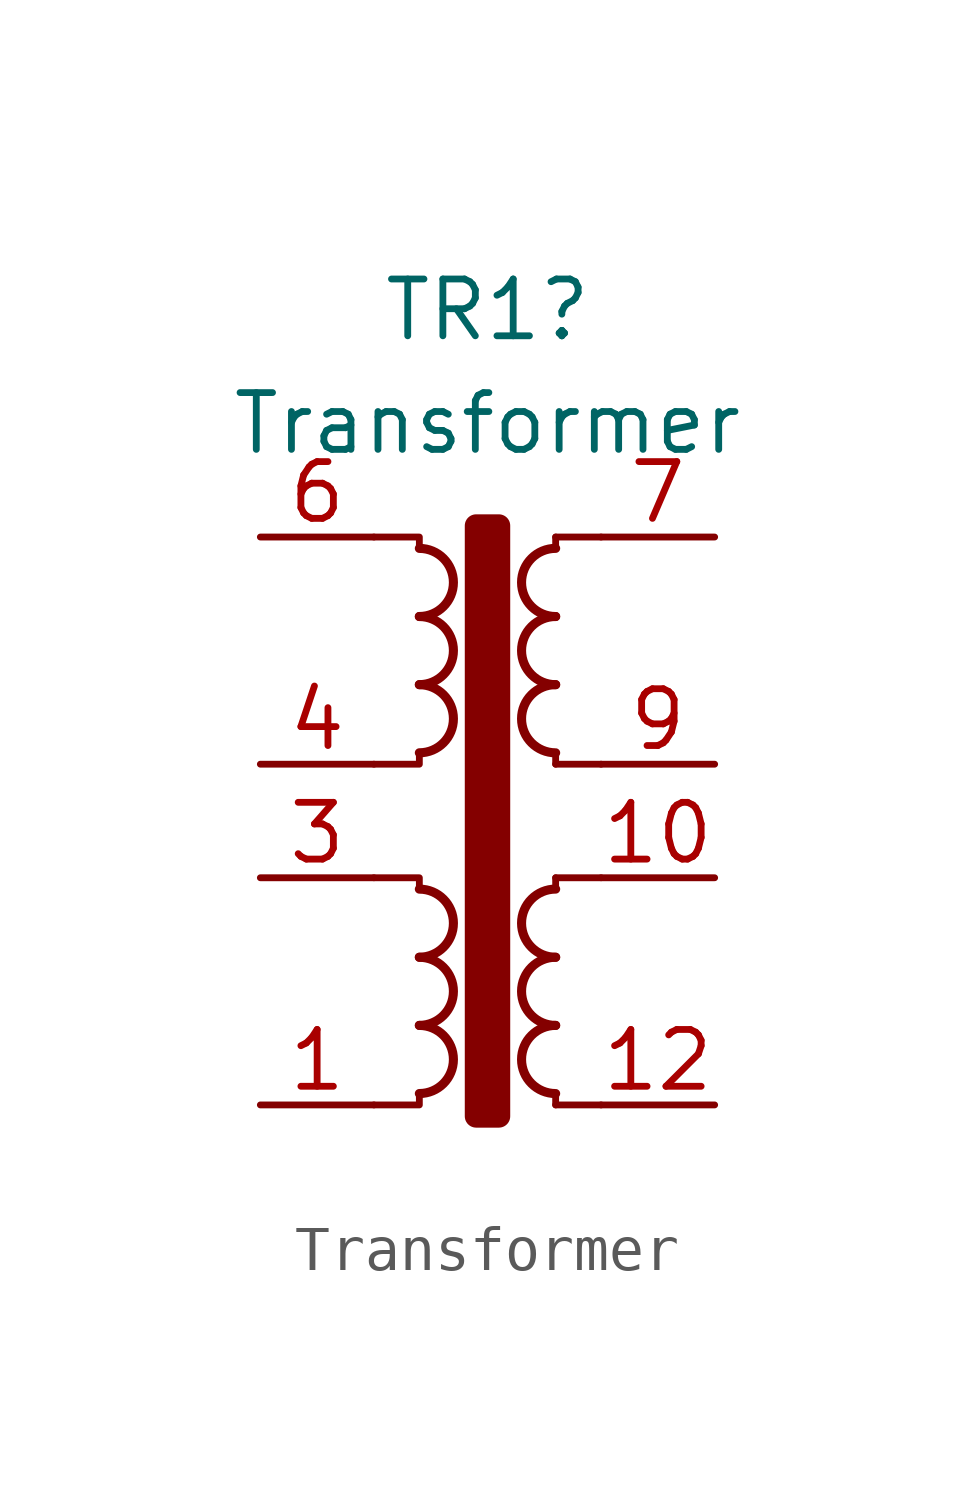
<source format=kicad_sym>
(kicad_symbol_lib
  (version 20211014)
  (generator kicad_symbol_editor)
  (symbol "Transformer"
    (pin_names
      (offset 0))
    (property "Reference" "TR1"
      (at 0 12.7 0)
      (effects (font (size 1.27 1.27))))
    (property "Value" "Transformer"
      (at 0 10.16 0)
      (effects (font (size 1.27 1.27))))
    (symbol "Transformer_0_1"
      (arc (start -1.524 -4.826) (mid -0.762 -4.064) (end -1.524 -3.302) (stroke (width 0.2032) (type default) (color 0 0 0 0)) (fill (type none)))
      (arc (start -1.524 -3.302) (mid -0.762 -2.54) (end -1.524 -1.778) (stroke (width 0.2032) (type default) (color 0 0 0 0)) (fill (type none)))
      (arc (start -1.524 -1.778) (mid -0.762 -1.016) (end -1.524 -0.254) (stroke (width 0.2032) (type default) (color 0 0 0 0)) (fill (type none)))
      (arc (start -1.524 2.794) (mid -0.762 3.556) (end -1.524 4.318) (stroke (width 0.2032) (type default) (color 0 0 0 0)) (fill (type none)))
      (arc (start -1.524 4.318) (mid -0.762 5.08) (end -1.524 5.842) (stroke (width 0.2032) (type default) (color 0 0 0 0)) (fill (type none)))
      (arc (start -1.524 5.842) (mid -0.762 6.604) (end -1.524 7.366) (stroke (width 0.2032) (type default) (color 0 0 0 0)) (fill (type none)))
      (rectangle (start -0.254 7.874) (end 0.254 -5.334) (stroke (width 0.508) (type default) (color 0 0 0 0)) (fill (type outline)))
      (polyline (pts (xy 1.524 -4.826) (xy 1.524 -5.08) (xy 1.524 -5.08)) (stroke (width 0) (type default) (color 0 0 0 0)) (fill (type outline)))
      (polyline (pts (xy 1.524 0) (xy 1.524 -0.254) (xy 1.524 -0.254)) (stroke (width 0) (type default) (color 0 0 0 0)) (fill (type outline)))
      (polyline (pts (xy 1.524 0) (xy 2.54 0) (xy 2.54 0)) (stroke (width 0) (type default) (color 0 0 0 0)) (fill (type none)))
      (polyline (pts (xy 1.524 2.54) (xy 1.524 2.794) (xy 1.524 2.794)) (stroke (width 0) (type default) (color 0 0 0 0)) (fill (type outline)))
      (polyline (pts (xy 1.524 2.54) (xy 2.54 2.54) (xy 2.54 2.54)) (stroke (width 0) (type default) (color 0 0 0 0)) (fill (type none)))
      (polyline (pts (xy 1.524 7.62) (xy 1.524 7.366) (xy 1.524 7.366)) (stroke (width 0) (type default) (color 0 0 0 0)) (fill (type outline)))
      (polyline (pts (xy 1.524 7.62) (xy 2.54 7.62) (xy 2.54 7.62)) (stroke (width 0) (type default) (color 0 0 0 0)) (fill (type none)))
      (polyline (pts (xy 2.54 -5.08) (xy 1.524 -5.08) (xy 1.524 -5.08)) (stroke (width 0) (type default) (color 0 0 0 0)) (fill (type none)))
      (polyline (pts (xy -1.524 -4.826) (xy -1.524 -5.08) (xy -2.54 -5.08) (xy -2.54 -5.08)) (stroke (width 0) (type default) (color 0 0 0 0)) (fill (type none)))
      (polyline (pts (xy -1.524 -0.254) (xy -1.524 0) (xy -2.54 0) (xy -2.54 0)) (stroke (width 0) (type default) (color 0 0 0 0)) (fill (type none)))
      (polyline (pts (xy -1.524 2.794) (xy -1.524 2.54) (xy -2.54 2.54) (xy -2.54 2.54)) (stroke (width 0) (type default) (color 0 0 0 0)) (fill (type none)))
      (polyline (pts (xy -1.524 7.366) (xy -1.524 7.62) (xy -2.54 7.62) (xy -2.54 7.62)) (stroke (width 0) (type default) (color 0 0 0 0)) (fill (type none)))
      (arc (start 1.524 -3.302) (mid 0.762 -4.064) (end 1.524 -4.826) (stroke (width 0.2032) (type default) (color 0 0 0 0)) (fill (type none)))
      (arc (start 1.524 -1.778) (mid 0.762 -2.54) (end 1.524 -3.302) (stroke (width 0.2032) (type default) (color 0 0 0 0)) (fill (type none)))
      (arc (start 1.524 -0.254) (mid 0.762 -1.016) (end 1.524 -1.778) (stroke (width 0.2032) (type default) (color 0 0 0 0)) (fill (type none)))
      (arc (start 1.524 4.318) (mid 0.762 3.556) (end 1.524 2.794) (stroke (width 0.2032) (type default) (color 0 0 0 0)) (fill (type none)))
      (arc (start 1.524 5.842) (mid 0.762 5.08) (end 1.524 4.318) (stroke (width 0.2032) (type default) (color 0 0 0 0)) (fill (type none)))
      (arc (start 1.524 7.366) (mid 0.762 6.604) (end 1.524 5.842) (stroke (width 0.2032) (type default) (color 0 0 0 0)) (fill (type none))))
    (symbol "Transformer_1_1"
      (pin passive line (at -5.08 -5.08 0) (length 2.54) (name "~" (effects (font (size 1.27 1.27)))) (number "1" (effects (font (size 1.27 1.27)))))
      (pin passive line (at 5.08 0 180) (length 2.54) (name "~" (effects (font (size 1.27 1.27)))) (number "10" (effects (font (size 1.27 1.27)))))
      (pin passive line (at 5.08 -5.08 180) (length 2.54) (name "~" (effects (font (size 1.27 1.27)))) (number "12" (effects (font (size 1.27 1.27)))))
      (pin passive line (at -5.08 0 0) (length 2.54) (name "~" (effects (font (size 1.27 1.27)))) (number "3" (effects (font (size 1.27 1.27)))))
      (pin passive line (at -5.08 2.54 0) (length 2.54) (name "~" (effects (font (size 1.27 1.27)))) (number "4" (effects (font (size 1.27 1.27)))))
      (pin passive line (at -5.08 7.62 0) (length 2.54) (name "~" (effects (font (size 1.27 1.27)))) (number "6" (effects (font (size 1.27 1.27)))))
      (pin passive line (at 5.08 7.62 180) (length 2.54) (name "~" (effects (font (size 1.27 1.27)))) (number "7" (effects (font (size 1.27 1.27)))))
      (pin passive line (at 5.08 2.54 180) (length 2.54) (name "~" (effects (font (size 1.27 1.27)))) (number "9" (effects (font (size 1.27 1.27))))))))
</source>
